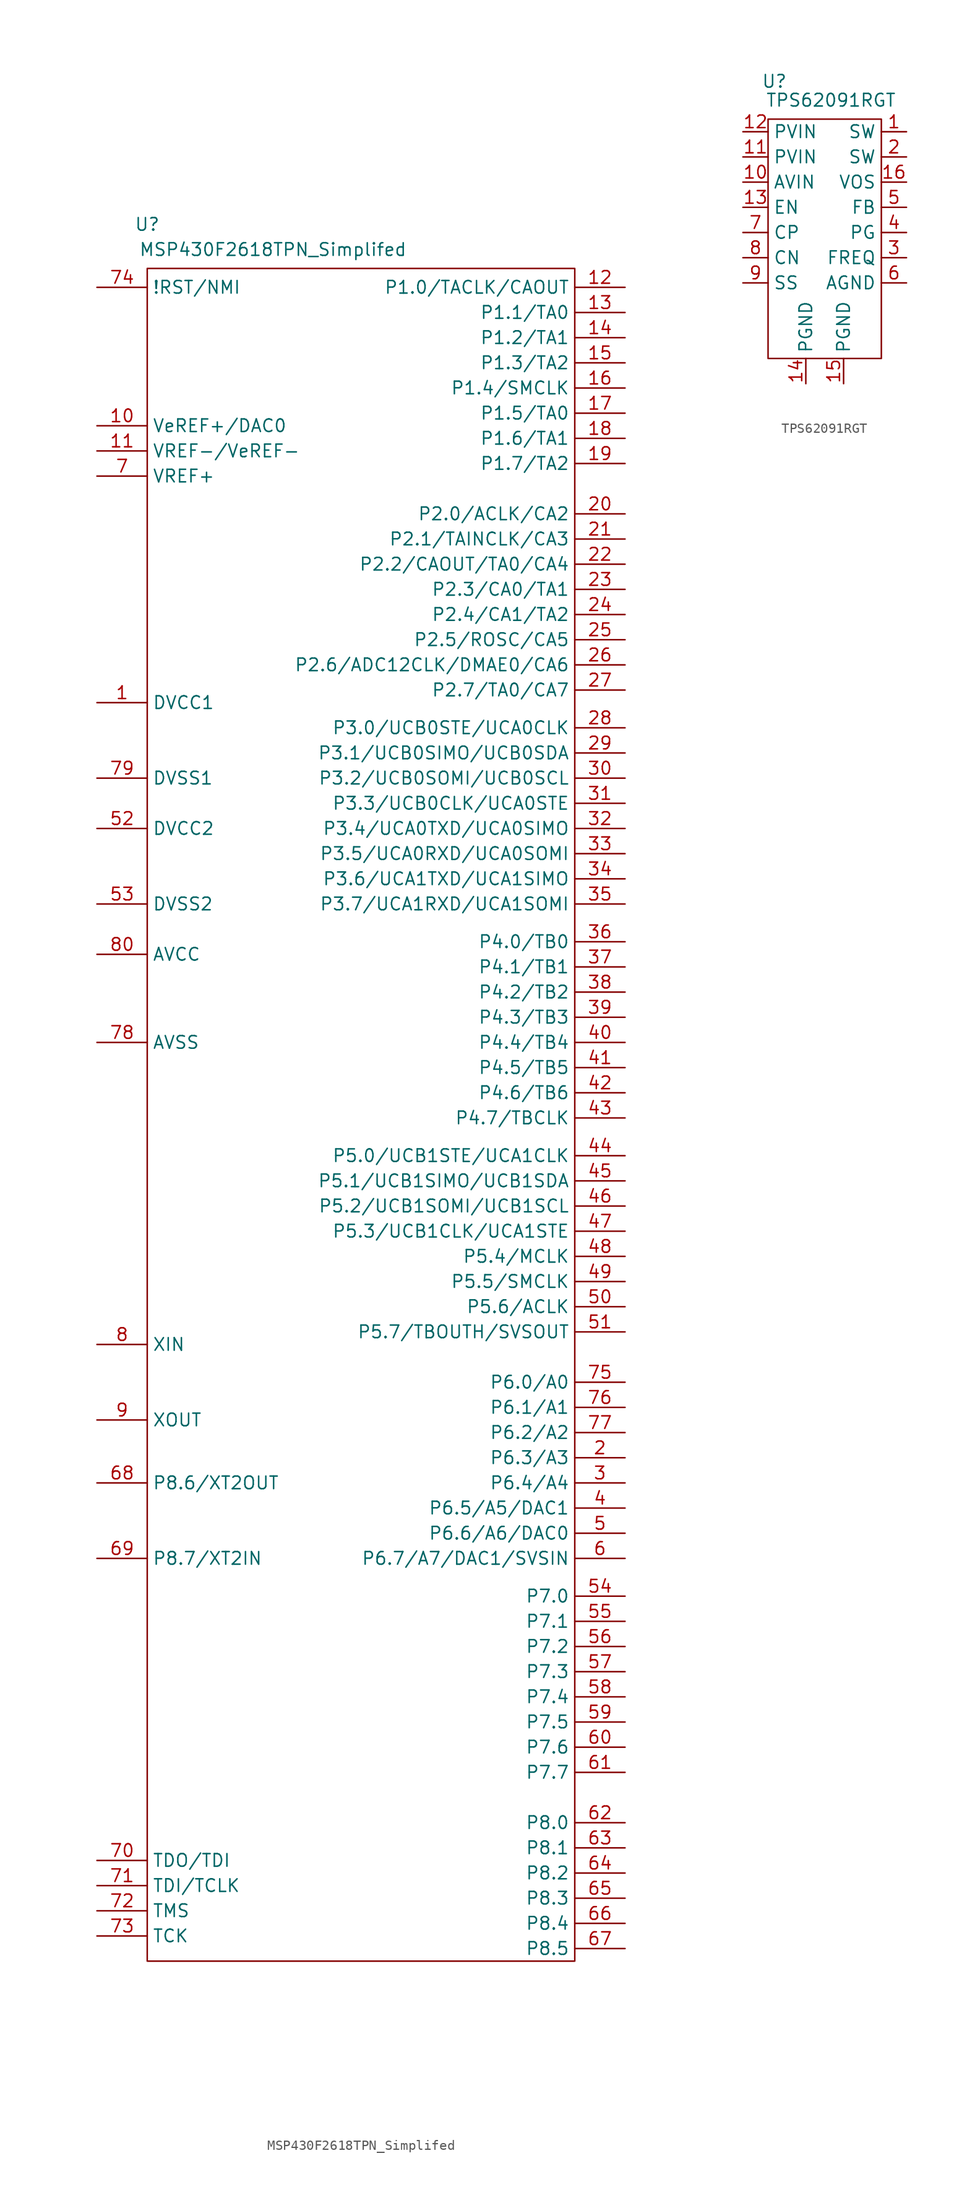
<source format=kicad_sym>
(kicad_symbol_lib
  (version 20211014)
  (generator kicad_symbol_editor)
  (symbol "MSP430F2618TPN_Simplifed"
    (property "Reference" "U"
      (at -13.97 80.01 0)
      (effects (font (size 1.27 1.27))))
    (property "Value" "MSP430F2618TPN_Simplifed"
      (at -1.27 77.47 0)
      (effects (font (size 1.27 1.27))))
    (symbol "MSP430F2618TPN_Simplifed_0_1"
      (polyline (pts (xy -13.97 75.565) (xy -13.97 -95.25) (xy 29.21 -95.25) (xy 29.21 75.565) (xy -13.97 75.565)) (stroke (width 0) (type default) (color 0 0 0 0)) (fill (type none))))
    (symbol "MSP430F2618TPN_Simplifed_1_1"
      (pin power_in line (at -19.05 31.75 0) (length 5.08) (name "DVCC1" (effects (font (size 1.27 1.27)))) (number "1" (effects (font (size 1.27 1.27)))))
      (pin tri_state line (at -19.05 59.69 0) (length 5.08) (name "VeREF+/DAC0" (effects (font (size 1.27 1.27)))) (number "10" (effects (font (size 1.27 1.27)))))
      (pin power_in line (at -19.05 57.15 0) (length 5.08) (name "VREF-/VeREF-" (effects (font (size 1.27 1.27)))) (number "11" (effects (font (size 1.27 1.27)))))
      (pin tri_state line (at 34.29 73.66 180) (length 5.08) (name "P1.0/TACLK/CAOUT" (effects (font (size 1.27 1.27)))) (number "12" (effects (font (size 1.27 1.27)))))
      (pin tri_state line (at 34.29 71.12 180) (length 5.08) (name "P1.1/TA0" (effects (font (size 1.27 1.27)))) (number "13" (effects (font (size 1.27 1.27)))))
      (pin tri_state line (at 34.29 68.58 180) (length 5.08) (name "P1.2/TA1" (effects (font (size 1.27 1.27)))) (number "14" (effects (font (size 1.27 1.27)))))
      (pin tri_state line (at 34.29 66.04 180) (length 5.08) (name "P1.3/TA2" (effects (font (size 1.27 1.27)))) (number "15" (effects (font (size 1.27 1.27)))))
      (pin tri_state line (at 34.29 63.5 180) (length 5.08) (name "P1.4/SMCLK" (effects (font (size 1.27 1.27)))) (number "16" (effects (font (size 1.27 1.27)))))
      (pin tri_state line (at 34.29 60.96 180) (length 5.08) (name "P1.5/TA0" (effects (font (size 1.27 1.27)))) (number "17" (effects (font (size 1.27 1.27)))))
      (pin tri_state line (at 34.29 58.42 180) (length 5.08) (name "P1.6/TA1" (effects (font (size 1.27 1.27)))) (number "18" (effects (font (size 1.27 1.27)))))
      (pin tri_state line (at 34.29 55.88 180) (length 5.08) (name "P1.7/TA2" (effects (font (size 1.27 1.27)))) (number "19" (effects (font (size 1.27 1.27)))))
      (pin tri_state line (at 34.29 -44.45 180) (length 5.08) (name "P6.3/A3" (effects (font (size 1.27 1.27)))) (number "2" (effects (font (size 1.27 1.27)))))
      (pin tri_state line (at 34.29 50.8 180) (length 5.08) (name "P2.0/ACLK/CA2" (effects (font (size 1.27 1.27)))) (number "20" (effects (font (size 1.27 1.27)))))
      (pin tri_state line (at 34.29 48.26 180) (length 5.08) (name "P2.1/TAINCLK/CA3" (effects (font (size 1.27 1.27)))) (number "21" (effects (font (size 1.27 1.27)))))
      (pin tri_state line (at 34.29 45.72 180) (length 5.08) (name "P2.2/CAOUT/TA0/CA4" (effects (font (size 1.27 1.27)))) (number "22" (effects (font (size 1.27 1.27)))))
      (pin tri_state line (at 34.29 43.18 180) (length 5.08) (name "P2.3/CA0/TA1" (effects (font (size 1.27 1.27)))) (number "23" (effects (font (size 1.27 1.27)))))
      (pin tri_state line (at 34.29 40.64 180) (length 5.08) (name "P2.4/CA1/TA2" (effects (font (size 1.27 1.27)))) (number "24" (effects (font (size 1.27 1.27)))))
      (pin tri_state line (at 34.29 38.1 180) (length 5.08) (name "P2.5/ROSC/CA5" (effects (font (size 1.27 1.27)))) (number "25" (effects (font (size 1.27 1.27)))))
      (pin tri_state line (at 34.29 35.56 180) (length 5.08) (name "P2.6/ADC12CLK/DMAE0/CA6" (effects (font (size 1.27 1.27)))) (number "26" (effects (font (size 1.27 1.27)))))
      (pin tri_state line (at 34.29 33.02 180) (length 5.08) (name "P2.7/TA0/CA7" (effects (font (size 1.27 1.27)))) (number "27" (effects (font (size 1.27 1.27)))))
      (pin tri_state line (at 34.29 29.21 180) (length 5.08) (name "P3.0/UCB0STE/UCA0CLK" (effects (font (size 1.27 1.27)))) (number "28" (effects (font (size 1.27 1.27)))))
      (pin tri_state line (at 34.29 26.67 180) (length 5.08) (name "P3.1/UCB0SIMO/UCB0SDA" (effects (font (size 1.27 1.27)))) (number "29" (effects (font (size 1.27 1.27)))))
      (pin tri_state line (at 34.29 -46.99 180) (length 5.08) (name "P6.4/A4" (effects (font (size 1.27 1.27)))) (number "3" (effects (font (size 1.27 1.27)))))
      (pin tri_state line (at 34.29 24.13 180) (length 5.08) (name "P3.2/UCB0SOMI/UCB0SCL" (effects (font (size 1.27 1.27)))) (number "30" (effects (font (size 1.27 1.27)))))
      (pin tri_state line (at 34.29 21.59 180) (length 5.08) (name "P3.3/UCB0CLK/UCA0STE" (effects (font (size 1.27 1.27)))) (number "31" (effects (font (size 1.27 1.27)))))
      (pin tri_state line (at 34.29 19.05 180) (length 5.08) (name "P3.4/UCA0TXD/UCA0SIMO" (effects (font (size 1.27 1.27)))) (number "32" (effects (font (size 1.27 1.27)))))
      (pin tri_state line (at 34.29 16.51 180) (length 5.08) (name "P3.5/UCA0RXD/UCA0SOMI" (effects (font (size 1.27 1.27)))) (number "33" (effects (font (size 1.27 1.27)))))
      (pin tri_state line (at 34.29 13.97 180) (length 5.08) (name "P3.6/UCA1TXD/UCA1SIMO" (effects (font (size 1.27 1.27)))) (number "34" (effects (font (size 1.27 1.27)))))
      (pin tri_state line (at 34.29 11.43 180) (length 5.08) (name "P3.7/UCA1RXD/UCA1SOMI" (effects (font (size 1.27 1.27)))) (number "35" (effects (font (size 1.27 1.27)))))
      (pin tri_state line (at 34.29 7.62 180) (length 5.08) (name "P4.0/TB0" (effects (font (size 1.27 1.27)))) (number "36" (effects (font (size 1.27 1.27)))))
      (pin tri_state line (at 34.29 5.08 180) (length 5.08) (name "P4.1/TB1" (effects (font (size 1.27 1.27)))) (number "37" (effects (font (size 1.27 1.27)))))
      (pin tri_state line (at 34.29 2.54 180) (length 5.08) (name "P4.2/TB2" (effects (font (size 1.27 1.27)))) (number "38" (effects (font (size 1.27 1.27)))))
      (pin tri_state line (at 34.29 0 180) (length 5.08) (name "P4.3/TB3" (effects (font (size 1.27 1.27)))) (number "39" (effects (font (size 1.27 1.27)))))
      (pin tri_state line (at 34.29 -49.53 180) (length 5.08) (name "P6.5/A5/DAC1" (effects (font (size 1.27 1.27)))) (number "4" (effects (font (size 1.27 1.27)))))
      (pin tri_state line (at 34.29 -2.54 180) (length 5.08) (name "P4.4/TB4" (effects (font (size 1.27 1.27)))) (number "40" (effects (font (size 1.27 1.27)))))
      (pin tri_state line (at 34.29 -5.08 180) (length 5.08) (name "P4.5/TB5" (effects (font (size 1.27 1.27)))) (number "41" (effects (font (size 1.27 1.27)))))
      (pin tri_state line (at 34.29 -7.62 180) (length 5.08) (name "P4.6/TB6" (effects (font (size 1.27 1.27)))) (number "42" (effects (font (size 1.27 1.27)))))
      (pin tri_state line (at 34.29 -10.16 180) (length 5.08) (name "P4.7/TBCLK" (effects (font (size 1.27 1.27)))) (number "43" (effects (font (size 1.27 1.27)))))
      (pin tri_state line (at 34.29 -13.97 180) (length 5.08) (name "P5.0/UCB1STE/UCA1CLK" (effects (font (size 1.27 1.27)))) (number "44" (effects (font (size 1.27 1.27)))))
      (pin tri_state line (at 34.29 -16.51 180) (length 5.08) (name "P5.1/UCB1SIMO/UCB1SDA" (effects (font (size 1.27 1.27)))) (number "45" (effects (font (size 1.27 1.27)))))
      (pin tri_state line (at 34.29 -19.05 180) (length 5.08) (name "P5.2/UCB1SOMI/UCB1SCL" (effects (font (size 1.27 1.27)))) (number "46" (effects (font (size 1.27 1.27)))))
      (pin tri_state line (at 34.29 -21.59 180) (length 5.08) (name "P5.3/UCB1CLK/UCA1STE" (effects (font (size 1.27 1.27)))) (number "47" (effects (font (size 1.27 1.27)))))
      (pin tri_state line (at 34.29 -24.13 180) (length 5.08) (name "P5.4/MCLK" (effects (font (size 1.27 1.27)))) (number "48" (effects (font (size 1.27 1.27)))))
      (pin tri_state line (at 34.29 -26.67 180) (length 5.08) (name "P5.5/SMCLK" (effects (font (size 1.27 1.27)))) (number "49" (effects (font (size 1.27 1.27)))))
      (pin tri_state line (at 34.29 -52.07 180) (length 5.08) (name "P6.6/A6/DAC0" (effects (font (size 1.27 1.27)))) (number "5" (effects (font (size 1.27 1.27)))))
      (pin tri_state line (at 34.29 -29.21 180) (length 5.08) (name "P5.6/ACLK" (effects (font (size 1.27 1.27)))) (number "50" (effects (font (size 1.27 1.27)))))
      (pin tri_state line (at 34.29 -31.75 180) (length 5.08) (name "P5.7/TBOUTH/SVSOUT" (effects (font (size 1.27 1.27)))) (number "51" (effects (font (size 1.27 1.27)))))
      (pin power_in line (at -19.05 19.05 0) (length 5.08) (name "DVCC2" (effects (font (size 1.27 1.27)))) (number "52" (effects (font (size 1.27 1.27)))))
      (pin power_in line (at -19.05 11.43 0) (length 5.08) (name "DVSS2" (effects (font (size 1.27 1.27)))) (number "53" (effects (font (size 1.27 1.27)))))
      (pin tri_state line (at 34.29 -58.42 180) (length 5.08) (name "P7.0" (effects (font (size 1.27 1.27)))) (number "54" (effects (font (size 1.27 1.27)))))
      (pin tri_state line (at 34.29 -60.96 180) (length 5.08) (name "P7.1" (effects (font (size 1.27 1.27)))) (number "55" (effects (font (size 1.27 1.27)))))
      (pin tri_state line (at 34.29 -63.5 180) (length 5.08) (name "P7.2" (effects (font (size 1.27 1.27)))) (number "56" (effects (font (size 1.27 1.27)))))
      (pin tri_state line (at 34.29 -66.04 180) (length 5.08) (name "P7.3" (effects (font (size 1.27 1.27)))) (number "57" (effects (font (size 1.27 1.27)))))
      (pin tri_state line (at 34.29 -68.58 180) (length 5.08) (name "P7.4" (effects (font (size 1.27 1.27)))) (number "58" (effects (font (size 1.27 1.27)))))
      (pin tri_state line (at 34.29 -71.12 180) (length 5.08) (name "P7.5" (effects (font (size 1.27 1.27)))) (number "59" (effects (font (size 1.27 1.27)))))
      (pin tri_state line (at 34.29 -54.61 180) (length 5.08) (name "P6.7/A7/DAC1/SVSIN" (effects (font (size 1.27 1.27)))) (number "6" (effects (font (size 1.27 1.27)))))
      (pin tri_state line (at 34.29 -73.66 180) (length 5.08) (name "P7.6" (effects (font (size 1.27 1.27)))) (number "60" (effects (font (size 1.27 1.27)))))
      (pin tri_state line (at 34.29 -76.2 180) (length 5.08) (name "P7.7" (effects (font (size 1.27 1.27)))) (number "61" (effects (font (size 1.27 1.27)))))
      (pin tri_state line (at 34.29 -81.28 180) (length 5.08) (name "P8.0" (effects (font (size 1.27 1.27)))) (number "62" (effects (font (size 1.27 1.27)))))
      (pin tri_state line (at 34.29 -83.82 180) (length 5.08) (name "P8.1" (effects (font (size 1.27 1.27)))) (number "63" (effects (font (size 1.27 1.27)))))
      (pin tri_state line (at 34.29 -86.36 180) (length 5.08) (name "P8.2" (effects (font (size 1.27 1.27)))) (number "64" (effects (font (size 1.27 1.27)))))
      (pin tri_state line (at 34.29 -88.9 180) (length 5.08) (name "P8.3" (effects (font (size 1.27 1.27)))) (number "65" (effects (font (size 1.27 1.27)))))
      (pin tri_state line (at 34.29 -91.44 180) (length 5.08) (name "P8.4" (effects (font (size 1.27 1.27)))) (number "66" (effects (font (size 1.27 1.27)))))
      (pin tri_state line (at 34.29 -93.98 180) (length 5.08) (name "P8.5" (effects (font (size 1.27 1.27)))) (number "67" (effects (font (size 1.27 1.27)))))
      (pin tri_state line (at -19.05 -46.99 0) (length 5.08) (name "P8.6/XT2OUT" (effects (font (size 1.27 1.27)))) (number "68" (effects (font (size 1.27 1.27)))))
      (pin tri_state line (at -19.05 -54.61 0) (length 5.08) (name "P8.7/XT2IN" (effects (font (size 1.27 1.27)))) (number "69" (effects (font (size 1.27 1.27)))))
      (pin power_in line (at -19.05 54.61 0) (length 5.08) (name "VREF+" (effects (font (size 1.27 1.27)))) (number "7" (effects (font (size 1.27 1.27)))))
      (pin tri_state line (at -19.05 -85.09 0) (length 5.08) (name "TDO/TDI" (effects (font (size 1.27 1.27)))) (number "70" (effects (font (size 1.27 1.27)))))
      (pin tri_state line (at -19.05 -87.63 0) (length 5.08) (name "TDI/TCLK" (effects (font (size 1.27 1.27)))) (number "71" (effects (font (size 1.27 1.27)))))
      (pin tri_state line (at -19.05 -90.17 0) (length 5.08) (name "TMS" (effects (font (size 1.27 1.27)))) (number "72" (effects (font (size 1.27 1.27)))))
      (pin tri_state line (at -19.05 -92.71 0) (length 5.08) (name "TCK" (effects (font (size 1.27 1.27)))) (number "73" (effects (font (size 1.27 1.27)))))
      (pin tri_state line (at -19.05 73.66 0) (length 5.08) (name "!RST/NMI" (effects (font (size 1.27 1.27)))) (number "74" (effects (font (size 1.27 1.27)))))
      (pin tri_state line (at 34.29 -36.83 180) (length 5.08) (name "P6.0/A0" (effects (font (size 1.27 1.27)))) (number "75" (effects (font (size 1.27 1.27)))))
      (pin tri_state line (at 34.29 -39.37 180) (length 5.08) (name "P6.1/A1" (effects (font (size 1.27 1.27)))) (number "76" (effects (font (size 1.27 1.27)))))
      (pin tri_state line (at 34.29 -41.91 180) (length 5.08) (name "P6.2/A2" (effects (font (size 1.27 1.27)))) (number "77" (effects (font (size 1.27 1.27)))))
      (pin power_in line (at -19.05 -2.54 0) (length 5.08) (name "AVSS" (effects (font (size 1.27 1.27)))) (number "78" (effects (font (size 1.27 1.27)))))
      (pin power_in line (at -19.05 24.13 0) (length 5.08) (name "DVSS1" (effects (font (size 1.27 1.27)))) (number "79" (effects (font (size 1.27 1.27)))))
      (pin passive line (at -19.05 -33.02 0) (length 5.08) (name "XIN" (effects (font (size 1.27 1.27)))) (number "8" (effects (font (size 1.27 1.27)))))
      (pin power_in line (at -19.05 6.35 0) (length 5.08) (name "AVCC" (effects (font (size 1.27 1.27)))) (number "80" (effects (font (size 1.27 1.27)))))
      (pin passive line (at -19.05 -40.64 0) (length 5.08) (name "XOUT" (effects (font (size 1.27 1.27)))) (number "9" (effects (font (size 1.27 1.27)))))))
  (symbol "TPS62091RGT"
    (property "Reference" "U"
      (at -5.715 12.7 0)
      (effects (font (size 1.27 1.27))))
    (property "Value" "TPS62091RGT"
      (at 0 10.795 0)
      (effects (font (size 1.27 1.27))))
    (symbol "TPS62091RGT_0_1"
      (rectangle (start -6.35 8.89) (end 5.08 -15.24) (stroke (width 0) (type default) (color 0 0 0 0)) (fill (type none))))
    (symbol "TPS62091RGT_1_1"
      (pin power_out line (at 7.62 7.62 180) (length 2.54) (name "SW" (effects (font (size 1.27 1.27)))) (number "1" (effects (font (size 1.27 1.27)))))
      (pin power_in line (at -8.89 2.54 0) (length 2.54) (name "AVIN" (effects (font (size 1.27 1.27)))) (number "10" (effects (font (size 1.27 1.27)))))
      (pin power_in line (at -8.89 5.08 0) (length 2.54) (name "PVIN" (effects (font (size 1.27 1.27)))) (number "11" (effects (font (size 1.27 1.27)))))
      (pin power_in line (at -8.89 7.62 0) (length 2.54) (name "PVIN" (effects (font (size 1.27 1.27)))) (number "12" (effects (font (size 1.27 1.27)))))
      (pin input line (at -8.89 0 0) (length 2.54) (name "EN" (effects (font (size 1.27 1.27)))) (number "13" (effects (font (size 1.27 1.27)))))
      (pin power_in line (at -2.54 -17.78 90) (length 2.54) (name "PGND" (effects (font (size 1.27 1.27)))) (number "14" (effects (font (size 1.27 1.27)))))
      (pin power_in line (at 1.27 -17.78 90) (length 2.54) (name "PGND" (effects (font (size 1.27 1.27)))) (number "15" (effects (font (size 1.27 1.27)))))
      (pin bidirectional line (at 7.62 2.54 180) (length 2.54) (name "VOS" (effects (font (size 1.27 1.27)))) (number "16" (effects (font (size 1.27 1.27)))))
      (pin power_out line (at 7.62 5.08 180) (length 2.54) (name "SW" (effects (font (size 1.27 1.27)))) (number "2" (effects (font (size 1.27 1.27)))))
      (pin input line (at 7.62 -5.08 180) (length 2.54) (name "FREQ" (effects (font (size 1.27 1.27)))) (number "3" (effects (font (size 1.27 1.27)))))
      (pin output line (at 7.62 -2.54 180) (length 2.54) (name "PG" (effects (font (size 1.27 1.27)))) (number "4" (effects (font (size 1.27 1.27)))))
      (pin bidirectional line (at 7.62 0 180) (length 2.54) (name "FB" (effects (font (size 1.27 1.27)))) (number "5" (effects (font (size 1.27 1.27)))))
      (pin input line (at 7.62 -7.62 180) (length 2.54) (name "AGND" (effects (font (size 1.27 1.27)))) (number "6" (effects (font (size 1.27 1.27)))))
      (pin input line (at -8.89 -2.54 0) (length 2.54) (name "CP" (effects (font (size 1.27 1.27)))) (number "7" (effects (font (size 1.27 1.27)))))
      (pin input line (at -8.89 -5.08 0) (length 2.54) (name "CN" (effects (font (size 1.27 1.27)))) (number "8" (effects (font (size 1.27 1.27)))))
      (pin input line (at -8.89 -7.62 0) (length 2.54) (name "SS" (effects (font (size 1.27 1.27)))) (number "9" (effects (font (size 1.27 1.27))))))))
</source>
